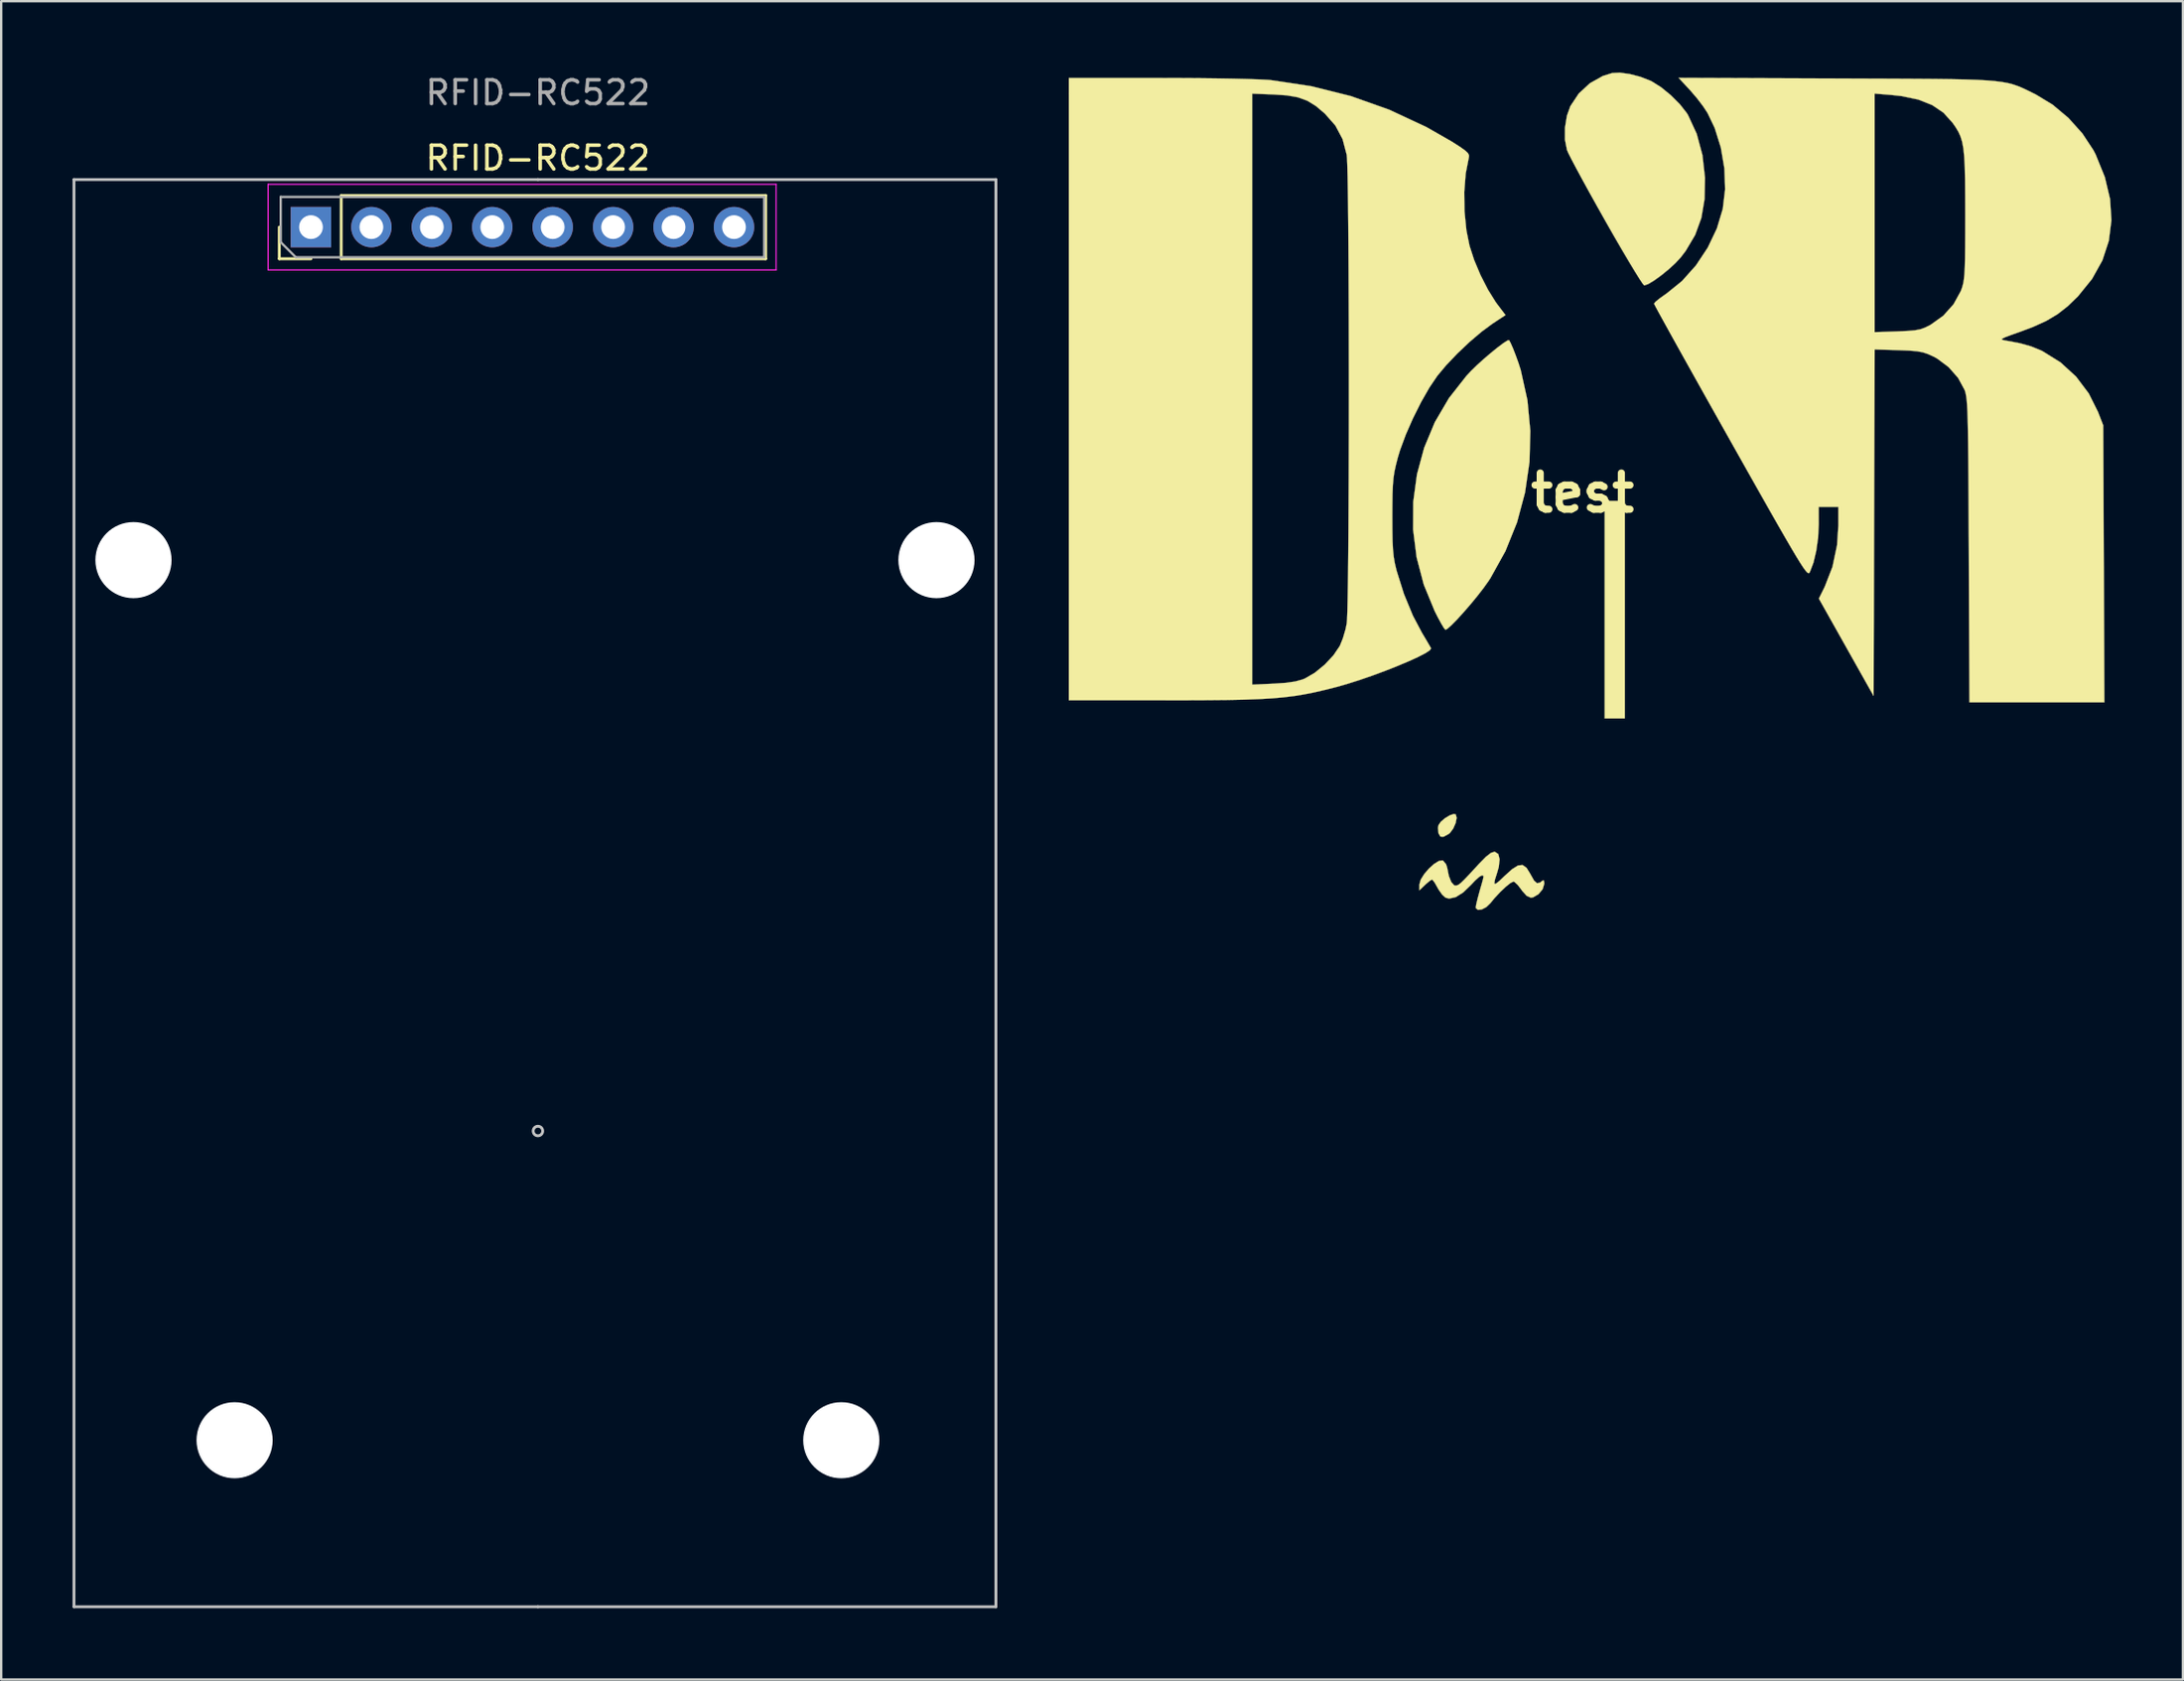
<source format=kicad_pcb>
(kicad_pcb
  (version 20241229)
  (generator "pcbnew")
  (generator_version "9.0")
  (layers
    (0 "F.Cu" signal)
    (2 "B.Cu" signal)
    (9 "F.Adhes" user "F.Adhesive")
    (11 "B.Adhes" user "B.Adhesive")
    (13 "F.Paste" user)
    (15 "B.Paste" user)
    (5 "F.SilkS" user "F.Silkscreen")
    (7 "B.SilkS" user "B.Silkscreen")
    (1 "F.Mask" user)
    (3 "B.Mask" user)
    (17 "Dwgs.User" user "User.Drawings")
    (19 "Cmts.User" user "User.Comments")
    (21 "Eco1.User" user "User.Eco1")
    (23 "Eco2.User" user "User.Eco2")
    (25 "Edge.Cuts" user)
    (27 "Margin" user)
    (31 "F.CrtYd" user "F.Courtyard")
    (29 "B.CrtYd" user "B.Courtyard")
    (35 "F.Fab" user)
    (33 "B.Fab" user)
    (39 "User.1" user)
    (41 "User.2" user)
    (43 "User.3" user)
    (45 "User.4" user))
  (footprint "RFID-RC522"
    (layer "F.Cu")
    (at 19.56 6.498)
    (property "Reference" "RFID-RC522" (at 0 -2.9 180) (layer "F.SilkS") (effects (font (size 1 1) (thickness 0.15))))
    (attr through_hole)
    (fp_line (start -10.87 1.33) (end -10.87 0) (stroke (width 0.12) (type solid)) (layer "F.SilkS"))
    (fp_line (start -9.54 1.33) (end -10.87 1.33) (stroke (width 0.12) (type solid)) (layer "F.SilkS"))
    (fp_line (start -8.27 -1.33) (end 9.57 -1.33) (stroke (width 0.12) (type solid)) (layer "F.SilkS"))
    (fp_line (start -8.27 1.33) (end -8.27 -1.33) (stroke (width 0.12) (type solid)) (layer "F.SilkS"))
    (fp_line (start -8.27 1.33) (end 9.57 1.33) (stroke (width 0.12) (type solid)) (layer "F.SilkS"))
    (fp_line (start 9.57 1.33) (end 9.57 -1.33) (stroke (width 0.12) (type solid)) (layer "F.SilkS"))
    (fp_line (start -19.5 -2) (end -19.5 58) (stroke (width 0.12) (type solid)) (layer "Dwgs.User"))
    (fp_line (start -19.5 -2) (end 0 -2) (stroke (width 0.12) (type solid)) (layer "Dwgs.User"))
    (fp_line (start -19.5 58) (end 0 58) (stroke (width 0.12) (type solid)) (layer "Dwgs.User"))
    (fp_line (start 0 -2) (end 19.25 -2) (stroke (width 0.12) (type solid)) (layer "Dwgs.User"))
    (fp_line (start 0 58) (end 19.25 58) (stroke (width 0.12) (type solid)) (layer "Dwgs.User"))
    (fp_line (start 19.25 -2) (end 19.25 58) (stroke (width 0.12) (type solid)) (layer "Dwgs.User"))
    (fp_circle (center 0 38) (end 0.2 38) (stroke (width 0.12) (type solid)) (fill no) (layer "Dwgs.User"))
    (fp_line (start -11.34 -1.8) (end -11.34 1.8) (stroke (width 0.05) (type solid)) (layer "F.CrtYd"))
    (fp_line (start -11.34 1.8) (end 10.01 1.8) (stroke (width 0.05) (type solid)) (layer "F.CrtYd"))
    (fp_line (start 10.01 -1.8) (end -11.34 -1.8) (stroke (width 0.05) (type solid)) (layer "F.CrtYd"))
    (fp_line (start 10.01 1.8) (end 10.01 -1.8) (stroke (width 0.05) (type solid)) (layer "F.CrtYd"))
    (fp_line (start -10.81 -1.27) (end 9.51 -1.27) (stroke (width 0.1) (type solid)) (layer "F.Fab"))
    (fp_line (start -10.81 0.635) (end -10.81 -1.27) (stroke (width 0.1) (type solid)) (layer "F.Fab"))
    (fp_line (start -10.175 1.27) (end -10.81 0.635) (stroke (width 0.1) (type solid)) (layer "F.Fab"))
    (fp_line (start 9.51 -1.27) (end 9.51 1.27) (stroke (width 0.1) (type solid)) (layer "F.Fab"))
    (fp_line (start 9.51 1.27) (end -10.175 1.27) (stroke (width 0.1) (type solid)) (layer "F.Fab"))
    (fp_text user "${REFERENCE}" (at 0 -5.65 180) (layer "F.Fab") (effects (font (size 1 1) (thickness 0.15))))
    (pad "" np_thru_hole circle (at -17 14) (size 3.2 3.2) (drill 3.2) (layers "*.Cu" "*.Mask"))
    (pad "" np_thru_hole circle (at -12.75 51) (size 3.2 3.2) (drill 3.2) (layers "*.Cu" "*.Mask"))
    (pad "" np_thru_hole circle (at 12.75 51) (size 3.2 3.2) (drill 3.2) (layers "*.Cu" "*.Mask"))
    (pad "" np_thru_hole circle (at 16.75 14) (size 3.2 3.2) (drill 3.2) (layers "*.Cu" "*.Mask"))
    (pad "1" thru_hole rect (at -9.54 0 90) (size 1.7 1.7) (drill 1) (layers "*.Cu" "*.Mask"))
    (pad "2" thru_hole oval (at -7 0 90) (size 1.7 1.7) (drill 1) (layers "*.Cu" "*.Mask"))
    (pad "3" thru_hole oval (at -4.46 0 90) (size 1.7 1.7) (drill 1) (layers "*.Cu" "*.Mask"))
    (pad "4" thru_hole oval (at -1.92 0 90) (size 1.7 1.7) (drill 1) (layers "*.Cu" "*.Mask"))
    (pad "5" thru_hole oval (at 0.62 0 90) (size 1.7 1.7) (drill 1) (layers "*.Cu" "*.Mask"))
    (pad "6" thru_hole oval (at 3.16 0 90) (size 1.7 1.7) (drill 1) (layers "*.Cu" "*.Mask"))
    (pad "7" thru_hole oval (at 5.7 0 90) (size 1.7 1.7) (drill 1) (layers "*.Cu" "*.Mask"))
    (pad "8" thru_hole oval (at 8.24 0 90) (size 1.7 1.7) (drill 1) (layers "*.Cu" "*.Mask")))
  (footprint "test"
    (layer "F.Cu")
    (at 63.465 17.67)
    (property "Reference" "test" (at 0 0 0) (layer "F.SilkS") (effects (font (size 1.524 1.524) (thickness 0.3))))
    (attr through_hole)
    (fp_poly (pts (xy 1.778 9.483) (xy 0.931 9.483) (xy 0.931 0.339) (xy 1.778 0.339) (xy 1.778 9.483)) (stroke (width 0.01) (type solid)) (fill yes) (layer "F.SilkS"))
    (fp_poly (pts (xy -5.329 13.517) (xy -5.29 13.661) (xy -5.333 13.88) (xy -5.435 14.112) (xy -5.574 14.298) (xy -5.629 14.342) (xy -5.843 14.458) (xy -5.972 14.45) (xy -6.051 14.317) (xy -6.054 14.309) (xy -6.074 14.086) (xy -6.055 13.974) (xy -5.957 13.828) (xy -5.782 13.679) (xy -5.582 13.558) (xy -5.41 13.5) (xy -5.329 13.517)) (stroke (width 0.01) (type solid)) (fill yes) (layer "F.SilkS"))
    (fp_poly (pts (xy -3.024 -6.305) (xy -2.923 -6.075) (xy -2.807 -5.778) (xy -2.693 -5.461) (xy -2.6 -5.171) (xy -2.598 -5.165) (xy -2.317 -3.897) (xy -2.195 -2.603) (xy -2.229 -1.301) (xy -2.417 -0.012) (xy -2.754 1.245) (xy -3.24 2.449) (xy -3.869 3.582) (xy -3.956 3.715) (xy -4.163 4.005) (xy -4.42 4.336) (xy -4.706 4.683) (xy -4.998 5.02) (xy -5.273 5.322) (xy -5.509 5.562) (xy -5.681 5.715) (xy -5.761 5.757) (xy -5.823 5.686) (xy -5.939 5.494) (xy -6.091 5.213) (xy -6.212 4.974) (xy -6.671 3.859) (xy -6.973 2.71) (xy -7.12 1.544) (xy -7.114 0.377) (xy -6.958 -0.775) (xy -6.655 -1.896) (xy -6.207 -2.97) (xy -5.615 -3.981) (xy -4.884 -4.913) (xy -4.685 -5.126) (xy -4.44 -5.365) (xy -4.154 -5.625) (xy -3.854 -5.881) (xy -3.57 -6.111) (xy -3.329 -6.293) (xy -3.159 -6.402) (xy -3.09 -6.421) (xy -3.024 -6.305)) (stroke (width 0.01) (type solid)) (fill yes) (layer "F.SilkS"))
    (fp_poly (pts (xy 1.98 -17.608) (xy 2.424 -17.493) (xy 2.845 -17.329) (xy 2.914 -17.296) (xy 3.303 -17.051) (xy 3.713 -16.715) (xy 4.09 -16.338) (xy 4.38 -15.97) (xy 4.432 -15.886) (xy 4.799 -15.092) (xy 5.039 -14.201) (xy 5.146 -13.249) (xy 5.129 -12.353) (xy 4.994 -11.559) (xy 4.732 -10.841) (xy 4.335 -10.172) (xy 4.122 -9.893) (xy 3.898 -9.653) (xy 3.615 -9.394) (xy 3.308 -9.144) (xy 3.012 -8.93) (xy 2.764 -8.78) (xy 2.598 -8.721) (xy 2.594 -8.721) (xy 2.531 -8.792) (xy 2.396 -8.994) (xy 2.198 -9.312) (xy 1.948 -9.727) (xy 1.654 -10.225) (xy 1.327 -10.788) (xy 0.985 -11.387) (xy 0.631 -12.016) (xy 0.299 -12.611) (xy 0.000251 -13.155) (xy -0.255 -13.627) (xy -0.457 -14.009) (xy -0.594 -14.28) (xy -0.653 -14.414) (xy -0.739 -14.849) (xy -0.738 -15.353) (xy -0.656 -15.855) (xy -0.512 -16.256) (xy -0.157 -16.789) (xy 0.31 -17.221) (xy 0.856 -17.527) (xy 1.247 -17.649) (xy 1.568 -17.665) (xy 1.98 -17.608)) (stroke (width 0.01) (type solid)) (fill yes) (layer "F.SilkS"))
    (fp_poly (pts (xy -3.688 15.088) (xy -3.541 15.184) (xy -3.485 15.405) (xy -3.521 15.73) (xy -3.592 15.98) (xy -3.685 16.273) (xy -3.707 16.423) (xy -3.647 16.435) (xy -3.493 16.314) (xy -3.281 16.111) (xy -2.958 15.82) (xy -2.711 15.666) (xy -2.517 15.647) (xy -2.354 15.763) (xy -2.2 16.011) (xy -2.183 16.044) (xy -2.036 16.304) (xy -1.908 16.412) (xy -1.779 16.382) (xy -1.71 16.324) (xy -1.635 16.283) (xy -1.61 16.385) (xy -1.609 16.436) (xy -1.679 16.665) (xy -1.854 16.873) (xy -2.074 17.002) (xy -2.174 17.018) (xy -2.346 16.941) (xy -2.54 16.727) (xy -2.572 16.679) (xy -2.725 16.48) (xy -2.858 16.358) (xy -2.904 16.341) (xy -3.028 16.401) (xy -3.226 16.559) (xy -3.461 16.783) (xy -3.701 17.04) (xy -3.874 17.251) (xy -4.045 17.415) (xy -4.234 17.513) (xy -4.394 17.532) (xy -4.482 17.46) (xy -4.487 17.42) (xy -4.465 17.29) (xy -4.407 17.049) (xy -4.325 16.746) (xy -4.318 16.722) (xy -4.226 16.402) (xy -4.175 16.212) (xy -4.161 16.118) (xy -4.179 16.087) (xy -4.226 16.086) (xy -4.244 16.087) (xy -4.346 16.146) (xy -4.516 16.3) (xy -4.685 16.479) (xy -5.016 16.799) (xy -5.33 16.995) (xy -5.606 17.057) (xy -5.759 17.017) (xy -5.901 16.888) (xy -6.053 16.672) (xy -6.097 16.592) (xy -6.212 16.389) (xy -6.303 16.27) (xy -6.326 16.256) (xy -6.418 16.309) (xy -6.576 16.442) (xy -6.621 16.484) (xy -6.858 16.711) (xy -6.856 16.462) (xy -6.8 16.262) (xy -6.655 16.029) (xy -6.457 15.797) (xy -6.239 15.601) (xy -6.036 15.475) (xy -5.881 15.453) (xy -5.862 15.462) (xy -5.735 15.614) (xy -5.689 15.757) (xy -5.619 16.106) (xy -5.515 16.365) (xy -5.394 16.499) (xy -5.347 16.51) (xy -5.28 16.504) (xy -5.208 16.472) (xy -5.11 16.396) (xy -4.967 16.257) (xy -4.756 16.036) (xy -4.459 15.714) (xy -4.351 15.596) (xy -4.06 15.3) (xy -3.847 15.134) (xy -3.698 15.087) (xy -3.688 15.088)) (stroke (width 0.01) (type solid)) (fill yes) (layer "F.SilkS"))
    (fp_poly (pts (xy -16.965 -17.439) (xy -16.162 -17.434) (xy -15.402 -17.425) (xy -14.709 -17.413) (xy -14.104 -17.398) (xy -13.61 -17.382) (xy -13.25 -17.364) (xy -13.111 -17.353) (xy -11.408 -17.097) (xy -9.74 -16.681) (xy -8.123 -16.107) (xy -6.571 -15.383) (xy -5.517 -14.78) (xy -5.166 -14.557) (xy -4.939 -14.397) (xy -4.815 -14.28) (xy -4.77 -14.185) (xy -4.776 -14.108) (xy -4.91 -13.427) (xy -4.971 -12.65) (xy -4.961 -11.834) (xy -4.881 -11.036) (xy -4.75 -10.39) (xy -4.556 -9.791) (xy -4.287 -9.153) (xy -3.972 -8.538) (xy -3.644 -8.012) (xy -3.566 -7.907) (xy -3.237 -7.474) (xy -3.773 -7.121) (xy -4.235 -6.781) (xy -4.747 -6.346) (xy -5.262 -5.858) (xy -5.733 -5.363) (xy -6.1 -4.924) (xy -6.437 -4.425) (xy -6.787 -3.813) (xy -7.125 -3.138) (xy -7.427 -2.451) (xy -7.666 -1.805) (xy -7.764 -1.482) (xy -7.845 -1.167) (xy -7.905 -0.893) (xy -7.946 -0.622) (xy -7.972 -0.318) (xy -7.987 0.056) (xy -7.993 0.535) (xy -7.995 0.974) (xy -7.993 1.57) (xy -7.985 2.031) (xy -7.966 2.393) (xy -7.936 2.689) (xy -7.89 2.956) (xy -7.826 3.227) (xy -7.812 3.28) (xy -7.506 4.252) (xy -7.129 5.164) (xy -6.748 5.884) (xy -6.579 6.167) (xy -6.447 6.392) (xy -6.373 6.522) (xy -6.365 6.536) (xy -6.417 6.617) (xy -6.606 6.741) (xy -6.912 6.899) (xy -7.31 7.081) (xy -7.777 7.278) (xy -8.293 7.482) (xy -8.832 7.682) (xy -9.374 7.87) (xy -9.894 8.035) (xy -10.37 8.17) (xy -10.391 8.175) (xy -10.858 8.292) (xy -11.29 8.392) (xy -11.707 8.474) (xy -12.126 8.542) (xy -12.568 8.596) (xy -13.051 8.639) (xy -13.595 8.67) (xy -14.218 8.693) (xy -14.94 8.708) (xy -15.779 8.716) (xy -16.756 8.72) (xy -17.53 8.721) (xy -21.59 8.721) (xy -21.59 8.065) (xy -13.885 8.065) (xy -12.975 8.023) (xy -12.461 7.988) (xy -12.073 7.931) (xy -11.769 7.847) (xy -11.662 7.803) (xy -11.253 7.564) (xy -10.837 7.223) (xy -10.47 6.831) (xy -10.205 6.44) (xy -10.197 6.425) (xy -10.072 6.115) (xy -9.961 5.738) (xy -9.91 5.492) (xy -9.896 5.32) (xy -9.883 4.993) (xy -9.872 4.524) (xy -9.862 3.926) (xy -9.852 3.214) (xy -9.844 2.4) (xy -9.837 1.498) (xy -9.832 0.523) (xy -9.827 -0.514) (xy -9.824 -1.597) (xy -9.821 -2.713) (xy -9.82 -3.849) (xy -9.82 -4.991) (xy -9.822 -6.126) (xy -9.824 -7.24) (xy -9.828 -8.318) (xy -9.832 -9.349) (xy -9.838 -10.318) (xy -9.845 -11.211) (xy -9.853 -12.014) (xy -9.863 -12.716) (xy -9.873 -13.3) (xy -9.885 -13.755) (xy -9.898 -14.067) (xy -9.91 -14.212) (xy -10.085 -14.873) (xy -10.387 -15.441) (xy -10.832 -15.946) (xy -11.205 -16.263) (xy -11.565 -16.485) (xy -11.957 -16.628) (xy -12.427 -16.711) (xy -12.975 -16.748) (xy -13.885 -16.783) (xy -13.885 8.065) (xy -21.59 8.065) (xy -21.59 -17.441) (xy -17.789 -17.441) (xy -16.965 -17.439)) (stroke (width 0.01) (type solid)) (fill yes) (layer "F.SilkS"))
    (fp_poly (pts (xy 10.677 -17.421) (xy 11.929 -17.416) (xy 13.024 -17.412) (xy 13.975 -17.407) (xy 14.793 -17.401) (xy 15.493 -17.392) (xy 16.085 -17.379) (xy 16.583 -17.362) (xy 16.999 -17.339) (xy 17.346 -17.309) (xy 17.636 -17.272) (xy 17.881 -17.227) (xy 18.094 -17.171) (xy 18.288 -17.105) (xy 18.475 -17.028) (xy 18.668 -16.938) (xy 18.878 -16.834) (xy 19.05 -16.749) (xy 19.757 -16.32) (xy 20.422 -15.762) (xy 21.007 -15.111) (xy 21.472 -14.408) (xy 21.568 -14.224) (xy 21.953 -13.276) (xy 22.173 -12.353) (xy 22.23 -11.46) (xy 22.122 -10.599) (xy 21.852 -9.777) (xy 21.418 -8.997) (xy 20.827 -8.267) (xy 20.397 -7.849) (xy 19.967 -7.513) (xy 19.493 -7.23) (xy 18.93 -6.974) (xy 18.399 -6.774) (xy 18.008 -6.636) (xy 17.759 -6.542) (xy 17.637 -6.482) (xy 17.622 -6.444) (xy 17.699 -6.418) (xy 17.822 -6.396) (xy 18.391 -6.288) (xy 18.847 -6.16) (xy 19.248 -5.998) (xy 19.336 -5.956) (xy 20.092 -5.484) (xy 20.745 -4.886) (xy 21.278 -4.179) (xy 21.667 -3.399) (xy 21.886 -2.836) (xy 21.934 8.805) (xy 16.263 8.805) (xy 16.237 2.434) (xy 16.231 1.237) (xy 16.226 0.198) (xy 16.221 -0.696) (xy 16.215 -1.457) (xy 16.208 -2.096) (xy 16.2 -2.626) (xy 16.19 -3.057) (xy 16.179 -3.403) (xy 16.165 -3.676) (xy 16.149 -3.886) (xy 16.129 -4.046) (xy 16.107 -4.169) (xy 16.082 -4.265) (xy 16.057 -4.334) (xy 15.785 -4.834) (xy 15.387 -5.287) (xy 14.906 -5.647) (xy 14.75 -5.731) (xy 14.518 -5.837) (xy 14.303 -5.908) (xy 14.058 -5.953) (xy 13.739 -5.98) (xy 13.298 -5.998) (xy 13.272 -5.999) (xy 12.278 -6.029) (xy 12.256 1.254) (xy 12.234 8.536) (xy 9.934 4.445) (xy 10.18 3.949) (xy 10.506 3.111) (xy 10.699 2.196) (xy 10.753 1.383) (xy 10.753 0.593) (xy 9.927 0.593) (xy 9.928 1.333) (xy 9.901 1.885) (xy 9.823 2.436) (xy 9.706 2.932) (xy 9.559 3.318) (xy 9.547 3.34) (xy 9.523 3.37) (xy 9.491 3.375) (xy 9.444 3.346) (xy 9.377 3.272) (xy 9.284 3.146) (xy 9.16 2.957) (xy 8.999 2.697) (xy 8.796 2.356) (xy 8.545 1.925) (xy 8.24 1.395) (xy 7.876 0.756) (xy 7.448 -0.000444) (xy 6.949 -0.884) (xy 6.375 -1.903) (xy 6.223 -2.173) (xy 5.714 -3.078) (xy 5.229 -3.941) (xy 4.776 -4.751) (xy 4.36 -5.495) (xy 3.988 -6.162) (xy 3.666 -6.742) (xy 3.659 -6.755) (xy 12.277 -6.755) (xy 13.229 -6.787) (xy 13.661 -6.806) (xy 13.969 -6.833) (xy 14.2 -6.877) (xy 14.4 -6.949) (xy 14.614 -7.057) (xy 14.635 -7.069) (xy 15.163 -7.446) (xy 15.596 -7.93) (xy 15.899 -8.481) (xy 15.915 -8.521) (xy 15.963 -8.659) (xy 16.001 -8.803) (xy 16.03 -8.973) (xy 16.052 -9.189) (xy 16.068 -9.473) (xy 16.078 -9.844) (xy 16.083 -10.322) (xy 16.086 -10.929) (xy 16.087 -11.684) (xy 16.085 -12.501) (xy 16.08 -13.17) (xy 16.067 -13.709) (xy 16.044 -14.139) (xy 16.009 -14.481) (xy 15.958 -14.755) (xy 15.889 -14.981) (xy 15.799 -15.179) (xy 15.685 -15.369) (xy 15.552 -15.56) (xy 15.172 -15.981) (xy 14.697 -16.303) (xy 14.112 -16.535) (xy 13.4 -16.682) (xy 12.975 -16.729) (xy 12.277 -16.786) (xy 12.277 -6.755) (xy 3.659 -6.755) (xy 3.401 -7.222) (xy 3.198 -7.591) (xy 3.065 -7.838) (xy 3.008 -7.951) (xy 3.006 -7.957) (xy 3.071 -8.035) (xy 3.244 -8.176) (xy 3.49 -8.351) (xy 3.533 -8.38) (xy 4.182 -8.906) (xy 4.767 -9.561) (xy 5.263 -10.309) (xy 5.647 -11.115) (xy 5.895 -11.938) (xy 5.993 -12.762) (xy 5.963 -13.638) (xy 5.814 -14.515) (xy 5.554 -15.345) (xy 5.253 -15.973) (xy 5.067 -16.255) (xy 4.813 -16.588) (xy 4.543 -16.904) (xy 4.521 -16.929) (xy 4.04 -17.447) (xy 10.677 -17.421)) (stroke (width 0.01) (type solid)) (fill yes) (layer "F.SilkS")))
  (gr_rect
    (start -3 -3)
    (end 88.7 67.558)
    (stroke (width 0.1) (type default))
    (fill no)
    (layer "Edge.Cuts")))
</source>
